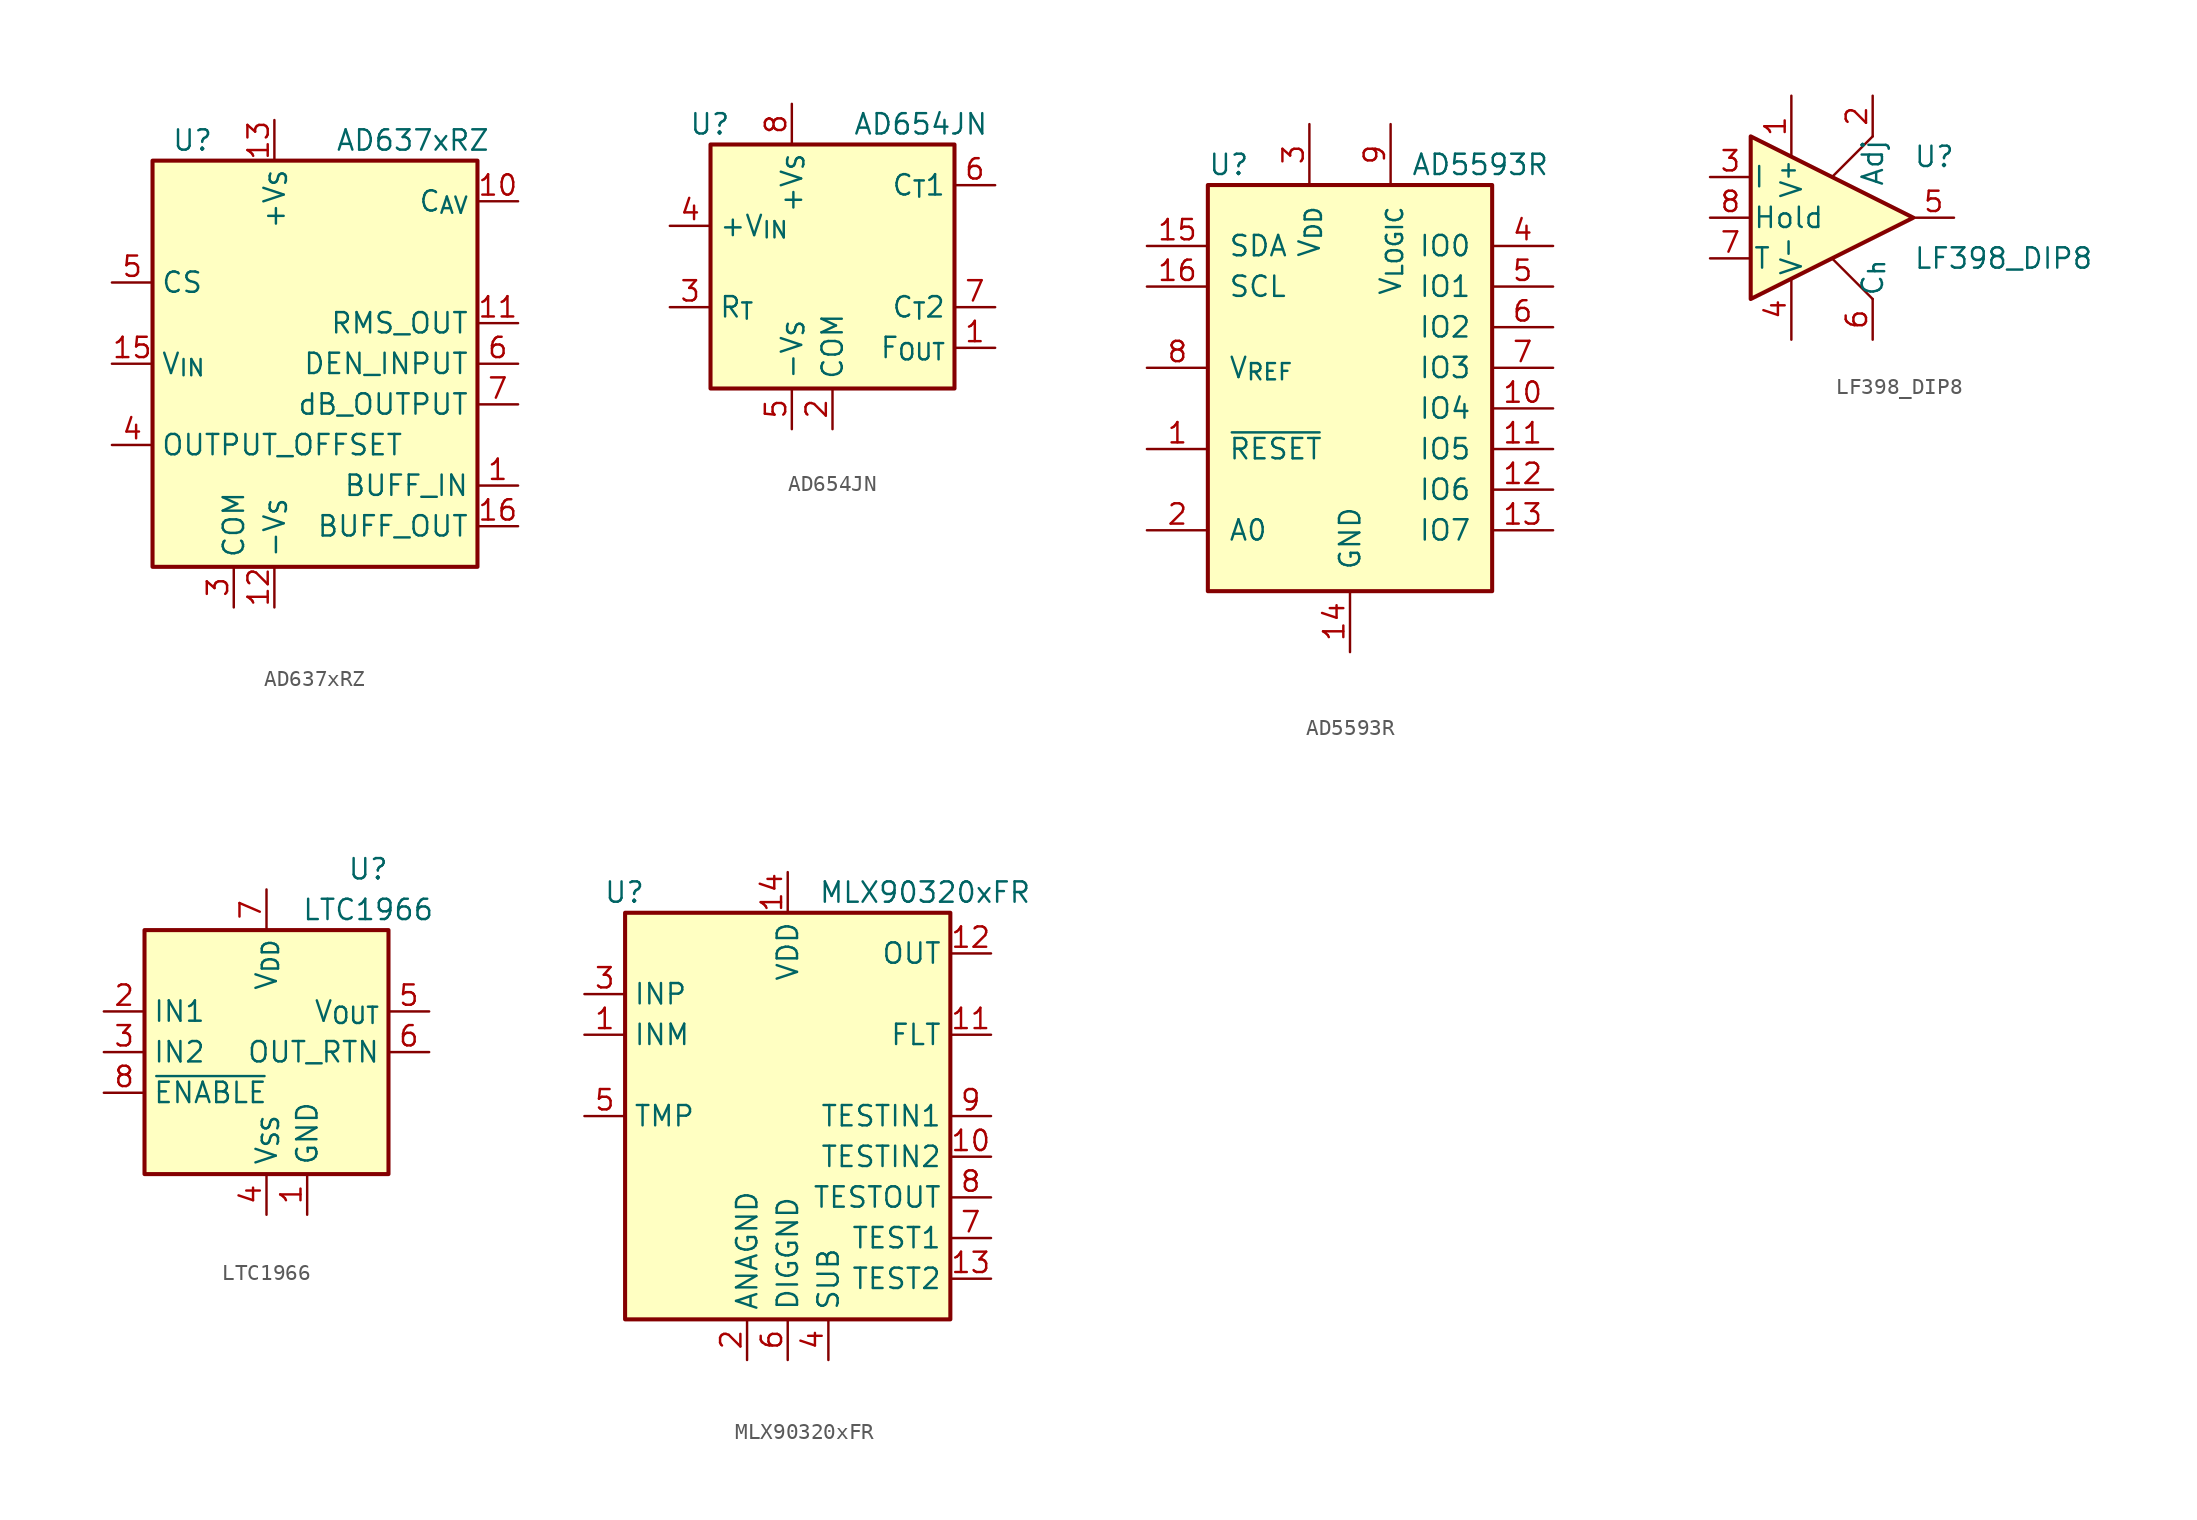
<source format=kicad_sym>
(kicad_symbol_lib
  (version 20231120)
  (generator "kicad_symbol_editor")
  (generator_version "8.0")
  (symbol "AD637xRZ"
    (property "Reference" "U"
      (at -6.35 13.97 0)
      (effects (font (size 1.27 1.27)) (justify right)))
    (property "Value" "AD637xRZ"
      (at 1.27 13.97 0)
      (effects (font (size 1.27 1.27)) (justify left)))
    (symbol "AD637xRZ_0_1"
      (rectangle (start -10.16 12.7) (end 10.16 -12.7) (stroke (width 0.254) (type default)) (fill (type background))))
    (symbol "AD637xRZ_1_1"
      (pin input line (at 12.7 -7.62 180) (length 2.54) (name "BUFF_IN" (effects (font (size 1.27 1.27)))) (number "1" (effects (font (size 1.27 1.27)))))
      (pin passive line (at 12.7 10.16 180) (length 2.54) (name "C_{AV}" (effects (font (size 1.27 1.27)))) (number "10" (effects (font (size 1.27 1.27)))))
      (pin output line (at 12.7 2.54 180) (length 2.54) (name "RMS_OUT" (effects (font (size 1.27 1.27)))) (number "11" (effects (font (size 1.27 1.27)))))
      (pin power_in line (at -2.54 -15.24 90) (length 2.54) (name "-V_{S}" (effects (font (size 1.27 1.27)))) (number "12" (effects (font (size 1.27 1.27)))))
      (pin power_in line (at -2.54 15.24 270) (length 2.54) (name "+V_{S}" (effects (font (size 1.27 1.27)))) (number "13" (effects (font (size 1.27 1.27)))))
      (pin no_connect line (at -10.16 -7.62 0) (length 2.54) hide (name "NIC" (effects (font (size 1.27 1.27)))) (number "14" (effects (font (size 1.27 1.27)))))
      (pin input line (at -12.7 0 0) (length 2.54) (name "V_{IN}" (effects (font (size 1.27 1.27)))) (number "15" (effects (font (size 1.27 1.27)))))
      (pin output line (at 12.7 -10.16 180) (length 2.54) (name "BUFF_OUT" (effects (font (size 1.27 1.27)))) (number "16" (effects (font (size 1.27 1.27)))))
      (pin no_connect line (at -10.16 7.62 0) (length 2.54) hide (name "NIC" (effects (font (size 1.27 1.27)))) (number "2" (effects (font (size 1.27 1.27)))))
      (pin power_in line (at -5.08 -15.24 90) (length 2.54) (name "COM" (effects (font (size 1.27 1.27)))) (number "3" (effects (font (size 1.27 1.27)))))
      (pin input line (at -12.7 -5.08 0) (length 2.54) (name "OUTPUT_OFFSET" (effects (font (size 1.27 1.27)))) (number "4" (effects (font (size 1.27 1.27)))))
      (pin input line (at -12.7 5.08 0) (length 2.54) (name "CS" (effects (font (size 1.27 1.27)))) (number "5" (effects (font (size 1.27 1.27)))))
      (pin input line (at 12.7 0 180) (length 2.54) (name "DEN_INPUT" (effects (font (size 1.27 1.27)))) (number "6" (effects (font (size 1.27 1.27)))))
      (pin passive line (at 12.7 -2.54 180) (length 2.54) (name "dB_OUTPUT" (effects (font (size 1.27 1.27)))) (number "7" (effects (font (size 1.27 1.27)))))
      (pin no_connect line (at -10.16 2.54 0) (length 2.54) hide (name "NIC" (effects (font (size 1.27 1.27)))) (number "8" (effects (font (size 1.27 1.27)))))
      (pin no_connect line (at -10.16 -2.54 0) (length 2.54) hide (name "NIC" (effects (font (size 1.27 1.27)))) (number "9" (effects (font (size 1.27 1.27)))))))
  (symbol "AD654JN"
    (property "Reference" "U"
      (at -6.35 8.89 0)
      (effects (font (size 1.27 1.27)) (justify right)))
    (property "Value" "AD654JN"
      (at 1.27 8.89 0)
      (effects (font (size 1.27 1.27)) (justify left)))
    (symbol "AD654JN_0_1"
      (rectangle (start -7.62 7.62) (end 7.62 -7.62) (stroke (width 0.254) (type default)) (fill (type background))))
    (symbol "AD654JN_1_1"
      (pin open_collector line (at 10.16 -5.08 180) (length 2.54) (name "F_{OUT}" (effects (font (size 1.27 1.27)))) (number "1" (effects (font (size 1.27 1.27)))))
      (pin power_in line (at 0 -10.16 90) (length 2.54) (name "COM" (effects (font (size 1.27 1.27)))) (number "2" (effects (font (size 1.27 1.27)))))
      (pin input line (at -10.16 -2.54 0) (length 2.54) (name "R_{T}" (effects (font (size 1.27 1.27)))) (number "3" (effects (font (size 1.27 1.27)))))
      (pin input line (at -10.16 2.54 0) (length 2.54) (name "+V_{IN}" (effects (font (size 1.27 1.27)))) (number "4" (effects (font (size 1.27 1.27)))))
      (pin power_in line (at -2.54 -10.16 90) (length 2.54) (name "-V_{S}" (effects (font (size 1.27 1.27)))) (number "5" (effects (font (size 1.27 1.27)))))
      (pin passive line (at 10.16 5.08 180) (length 2.54) (name "C_{T}1" (effects (font (size 1.27 1.27)))) (number "6" (effects (font (size 1.27 1.27)))))
      (pin passive line (at 10.16 -2.54 180) (length 2.54) (name "C_{T}2" (effects (font (size 1.27 1.27)))) (number "7" (effects (font (size 1.27 1.27)))))
      (pin power_in line (at -2.54 10.16 270) (length 2.54) (name "+V_{S}" (effects (font (size 1.27 1.27)))) (number "8" (effects (font (size 1.27 1.27)))))))
  (symbol "AD5593R"
    (pin_names
      (offset 1.27))
    (property "Reference" "U"
      (at -8.89 15.24 0)
      (effects (font (size 1.27 1.27)) (justify left)))
    (property "Value" "AD5593R"
      (at 3.81 15.24 0)
      (effects (font (size 1.27 1.27)) (justify left)))
    (symbol "AD5593R_0_1"
      (rectangle (start -8.89 13.97) (end 8.89 -11.43) (stroke (width 0.254) (type default)) (fill (type background))))
    (symbol "AD5593R_1_1"
      (pin input line (at -12.7 -2.54 0) (length 3.81) (name "~{RESET}" (effects (font (size 1.27 1.27)))) (number "1" (effects (font (size 1.27 1.27)))))
      (pin bidirectional line (at 12.7 0 180) (length 3.81) (name "IO4" (effects (font (size 1.27 1.27)))) (number "10" (effects (font (size 1.27 1.27)))))
      (pin bidirectional line (at 12.7 -2.54 180) (length 3.81) (name "IO5" (effects (font (size 1.27 1.27)))) (number "11" (effects (font (size 1.27 1.27)))))
      (pin bidirectional line (at 12.7 -5.08 180) (length 3.81) (name "IO6" (effects (font (size 1.27 1.27)))) (number "12" (effects (font (size 1.27 1.27)))))
      (pin bidirectional line (at 12.7 -7.62 180) (length 3.81) (name "IO7" (effects (font (size 1.27 1.27)))) (number "13" (effects (font (size 1.27 1.27)))))
      (pin power_in line (at 0 -15.24 90) (length 3.81) (name "GND" (effects (font (size 1.27 1.27)))) (number "14" (effects (font (size 1.27 1.27)))))
      (pin bidirectional line (at -12.7 10.16 0) (length 3.81) (name "SDA" (effects (font (size 1.27 1.27)))) (number "15" (effects (font (size 1.27 1.27)))))
      (pin input line (at -12.7 7.62 0) (length 3.81) (name "SCL" (effects (font (size 1.27 1.27)))) (number "16" (effects (font (size 1.27 1.27)))))
      (pin input line (at -12.7 -7.62 0) (length 3.81) (name "A0" (effects (font (size 1.27 1.27)))) (number "2" (effects (font (size 1.27 1.27)))))
      (pin power_in line (at -2.54 17.78 270) (length 3.81) (name "V_{DD}" (effects (font (size 1.27 1.27)))) (number "3" (effects (font (size 1.27 1.27)))))
      (pin bidirectional line (at 12.7 10.16 180) (length 3.81) (name "IO0" (effects (font (size 1.27 1.27)))) (number "4" (effects (font (size 1.27 1.27)))))
      (pin bidirectional line (at 12.7 7.62 180) (length 3.81) (name "IO1" (effects (font (size 1.27 1.27)))) (number "5" (effects (font (size 1.27 1.27)))))
      (pin bidirectional line (at 12.7 5.08 180) (length 3.81) (name "IO2" (effects (font (size 1.27 1.27)))) (number "6" (effects (font (size 1.27 1.27)))))
      (pin bidirectional line (at 12.7 2.54 180) (length 3.81) (name "IO3" (effects (font (size 1.27 1.27)))) (number "7" (effects (font (size 1.27 1.27)))))
      (pin passive line (at -12.7 2.54 0) (length 3.81) (name "V_{REF}" (effects (font (size 1.27 1.27)))) (number "8" (effects (font (size 1.27 1.27)))))
      (pin power_in line (at 2.54 17.78 270) (length 3.81) (name "V_{LOGIC}" (effects (font (size 1.27 1.27)))) (number "9" (effects (font (size 1.27 1.27)))))))
  (symbol "LF398_DIP8"
    (pin_names
      (offset 0.127))
    (property "Reference" "U"
      (at 5.08 3.81 0)
      (effects (font (size 1.27 1.27)) (justify left)))
    (property "Value" "LF398_DIP8"
      (at 5.08 -2.54 0)
      (effects (font (size 1.27 1.27)) (justify left)))
    (symbol "LF398_DIP8_0_1"
      (polyline (pts (xy 0 -2.54) (xy 2.54 -5.08)) (stroke (width 0) (type default)) (fill (type none)))
      (polyline (pts (xy 2.54 5.08) (xy 0 2.54)) (stroke (width 0) (type default)) (fill (type none)))
      (polyline (pts (xy -5.08 5.08) (xy 5.08 0) (xy -5.08 -5.08) (xy -5.08 5.08)) (stroke (width 0.254) (type default)) (fill (type background))))
    (symbol "LF398_DIP8_1_1"
      (pin passive line (at -2.54 7.62 270) (length 3.81) (name "V^{+}" (effects (font (size 1.27 1.27)))) (number "1" (effects (font (size 1.27 1.27)))))
      (pin passive line (at 2.54 7.62 270) (length 2.54) (name "Adj" (effects (font (size 1.27 1.27)))) (number "2" (effects (font (size 1.27 1.27)))))
      (pin input line (at -7.62 2.54 0) (length 2.54) (name "I" (effects (font (size 1.27 1.27)))) (number "3" (effects (font (size 1.27 1.27)))))
      (pin passive line (at -2.54 -7.62 90) (length 3.81) (name "V^{-}" (effects (font (size 1.27 1.27)))) (number "4" (effects (font (size 1.27 1.27)))))
      (pin output line (at 7.62 0 180) (length 2.54) (name "~" (effects (font (size 1.27 1.27)))) (number "5" (effects (font (size 1.27 1.27)))))
      (pin passive line (at 2.54 -7.62 90) (length 2.54) (name "C_{h}" (effects (font (size 1.27 1.27)))) (number "6" (effects (font (size 1.27 1.27)))))
      (pin passive line (at -7.62 -2.54 0) (length 2.54) (name "T" (effects (font (size 1.27 1.27)))) (number "7" (effects (font (size 1.27 1.27)))))
      (pin input line (at -7.62 0 0) (length 2.54) (name "Hold" (effects (font (size 1.27 1.27)))) (number "8" (effects (font (size 1.27 1.27)))))))
  (symbol "LTC1966"
    (property "Reference" "U"
      (at 6.35 11.43 0)
      (effects (font (size 1.27 1.27))))
    (property "Value" "LTC1966"
      (at 6.35 8.89 0)
      (effects (font (size 1.27 1.27))))
    (symbol "LTC1966_0_0"
      (pin power_in line (at 2.54 -10.16 90) (length 2.54) (name "GND" (effects (font (size 1.27 1.27)))) (number "1" (effects (font (size 1.27 1.27)))))
      (pin input line (at -10.16 2.54 0) (length 2.54) (name "IN1" (effects (font (size 1.27 1.27)))) (number "2" (effects (font (size 1.27 1.27)))))
      (pin input line (at -10.16 0 0) (length 2.54) (name "IN2" (effects (font (size 1.27 1.27)))) (number "3" (effects (font (size 1.27 1.27)))))
      (pin input line (at 10.16 0 180) (length 2.54) (name "OUT_RTN" (effects (font (size 1.27 1.27)))) (number "6" (effects (font (size 1.27 1.27))))))
    (symbol "LTC1966_1_0"
      (pin power_in line (at 0 -10.16 90) (length 2.54) (name "V_{SS}" (effects (font (size 1.27 1.27)))) (number "4" (effects (font (size 1.27 1.27)))))
      (pin output line (at 10.16 2.54 180) (length 2.54) (name "V_{OUT}" (effects (font (size 1.27 1.27)))) (number "5" (effects (font (size 1.27 1.27)))))
      (pin power_in line (at 0 10.16 270) (length 2.54) (name "V_{DD}" (effects (font (size 1.27 1.27)))) (number "7" (effects (font (size 1.27 1.27)))))
      (pin passive line (at -10.16 -2.54 0) (length 2.54) (name "~{ENABLE}" (effects (font (size 1.27 1.27)))) (number "8" (effects (font (size 1.27 1.27))))))
    (symbol "LTC1966_1_1"
      (rectangle (start -7.62 7.62) (end 7.62 -7.62) (stroke (width 0.254) (type default)) (fill (type background)))))
  (symbol "MLX90320xFR"
    (property "Reference" "U"
      (at -8.89 13.97 0)
      (effects (font (size 1.27 1.27)) (justify right)))
    (property "Value" "MLX90320xFR"
      (at 15.24 13.97 0)
      (effects (font (size 1.27 1.27)) (justify right)))
    (symbol "MLX90320xFR_0_1"
      (rectangle (start -10.16 12.7) (end 10.16 -12.7) (stroke (width 0.254) (type default)) (fill (type background))))
    (symbol "MLX90320xFR_1_1"
      (pin input line (at -12.7 5.08 0) (length 2.54) (name "INM" (effects (font (size 1.27 1.27)))) (number "1" (effects (font (size 1.27 1.27)))))
      (pin passive line (at 12.7 -2.54 180) (length 2.54) (name "TESTIN2" (effects (font (size 1.27 1.27)))) (number "10" (effects (font (size 1.27 1.27)))))
      (pin output line (at 12.7 5.08 180) (length 2.54) (name "FLT" (effects (font (size 1.27 1.27)))) (number "11" (effects (font (size 1.27 1.27)))))
      (pin bidirectional line (at 12.7 10.16 180) (length 2.54) (name "OUT" (effects (font (size 1.27 1.27)))) (number "12" (effects (font (size 1.27 1.27)))))
      (pin passive line (at 12.7 -10.16 180) (length 2.54) (name "TEST2" (effects (font (size 1.27 1.27)))) (number "13" (effects (font (size 1.27 1.27)))))
      (pin power_in line (at 0 15.24 270) (length 2.54) (name "VDD" (effects (font (size 1.27 1.27)))) (number "14" (effects (font (size 1.27 1.27)))))
      (pin power_in line (at -2.54 -15.24 90) (length 2.54) (name "ANAGND" (effects (font (size 1.27 1.27)))) (number "2" (effects (font (size 1.27 1.27)))))
      (pin input line (at -12.7 7.62 0) (length 2.54) (name "INP" (effects (font (size 1.27 1.27)))) (number "3" (effects (font (size 1.27 1.27)))))
      (pin power_in line (at 2.54 -15.24 90) (length 2.54) (name "SUB" (effects (font (size 1.27 1.27)))) (number "4" (effects (font (size 1.27 1.27)))))
      (pin passive line (at -12.7 0 0) (length 2.54) (name "TMP" (effects (font (size 1.27 1.27)))) (number "5" (effects (font (size 1.27 1.27)))))
      (pin power_in line (at 0 -15.24 90) (length 2.54) (name "DIGGND" (effects (font (size 1.27 1.27)))) (number "6" (effects (font (size 1.27 1.27)))))
      (pin passive line (at 12.7 -7.62 180) (length 2.54) (name "TEST1" (effects (font (size 1.27 1.27)))) (number "7" (effects (font (size 1.27 1.27)))))
      (pin passive line (at 12.7 -5.08 180) (length 2.54) (name "TESTOUT" (effects (font (size 1.27 1.27)))) (number "8" (effects (font (size 1.27 1.27)))))
      (pin passive line (at 12.7 0 180) (length 2.54) (name "TESTIN1" (effects (font (size 1.27 1.27)))) (number "9" (effects (font (size 1.27 1.27))))))))
</source>
